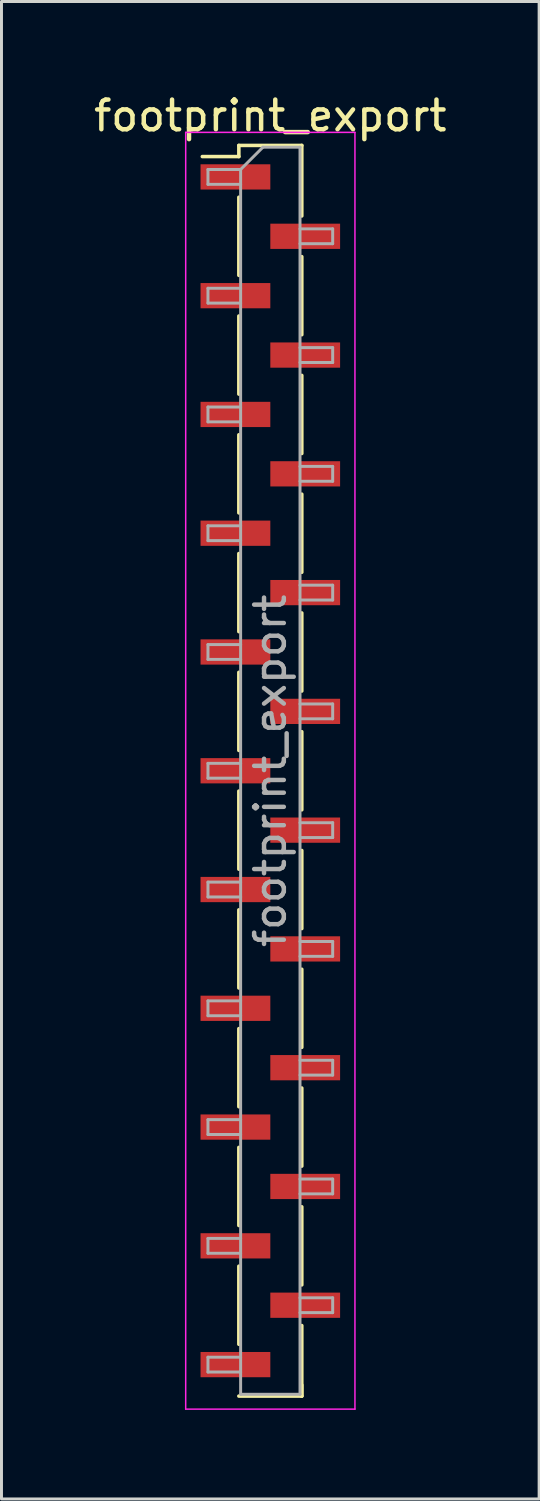
<source format=kicad_pcb>
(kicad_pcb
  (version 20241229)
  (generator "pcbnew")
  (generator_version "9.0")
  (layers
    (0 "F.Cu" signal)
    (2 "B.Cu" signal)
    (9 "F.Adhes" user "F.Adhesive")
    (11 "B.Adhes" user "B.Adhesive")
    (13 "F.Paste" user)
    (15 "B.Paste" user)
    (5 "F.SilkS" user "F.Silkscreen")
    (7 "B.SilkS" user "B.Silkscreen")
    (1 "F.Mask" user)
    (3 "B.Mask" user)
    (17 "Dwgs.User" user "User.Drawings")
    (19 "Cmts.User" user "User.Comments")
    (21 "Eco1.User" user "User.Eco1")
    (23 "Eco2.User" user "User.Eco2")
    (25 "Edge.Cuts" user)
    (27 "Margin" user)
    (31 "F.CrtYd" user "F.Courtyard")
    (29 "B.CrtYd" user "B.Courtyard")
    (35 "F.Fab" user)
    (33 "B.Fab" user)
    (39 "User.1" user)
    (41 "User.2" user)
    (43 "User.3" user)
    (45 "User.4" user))
  (footprint "footprint_export"
    (layer "F.Cu")
    (at 6.054 22.908)
    (property "Reference" "footprint_export" (at 0 -22.06 0) (layer "F.SilkS") (effects (font (size 1 1) (thickness 0.15))))
    (attr smd)
    (fp_line (start -1.06 -21.06) (end -1.06 -20.685) (stroke (width 0.12) (type solid)) (layer "F.SilkS"))
    (fp_line (start -1.06 -21.06) (end 1.06 -21.06) (stroke (width 0.12) (type solid)) (layer "F.SilkS"))
    (fp_line (start -1.06 -20.685) (end -2.29 -20.685) (stroke (width 0.12) (type solid)) (layer "F.SilkS"))
    (fp_line (start -1.06 -19.315) (end -1.06 -16.685) (stroke (width 0.12) (type solid)) (layer "F.SilkS"))
    (fp_line (start -1.06 -15.315) (end -1.06 -12.685) (stroke (width 0.12) (type solid)) (layer "F.SilkS"))
    (fp_line (start -1.06 -11.315) (end -1.06 -8.685) (stroke (width 0.12) (type solid)) (layer "F.SilkS"))
    (fp_line (start -1.06 -7.315) (end -1.06 -4.685) (stroke (width 0.12) (type solid)) (layer "F.SilkS"))
    (fp_line (start -1.06 -3.315) (end -1.06 -0.685) (stroke (width 0.12) (type solid)) (layer "F.SilkS"))
    (fp_line (start -1.06 0.685) (end -1.06 3.315) (stroke (width 0.12) (type solid)) (layer "F.SilkS"))
    (fp_line (start -1.06 4.685) (end -1.06 7.315) (stroke (width 0.12) (type solid)) (layer "F.SilkS"))
    (fp_line (start -1.06 8.685) (end -1.06 11.315) (stroke (width 0.12) (type solid)) (layer "F.SilkS"))
    (fp_line (start -1.06 12.685) (end -1.06 15.315) (stroke (width 0.12) (type solid)) (layer "F.SilkS"))
    (fp_line (start -1.06 16.685) (end -1.06 19.315) (stroke (width 0.12) (type solid)) (layer "F.SilkS"))
    (fp_line (start -1.06 21.06) (end 1.06 21.06) (stroke (width 0.12) (type solid)) (layer "F.SilkS"))
    (fp_line (start 1.06 -21.06) (end 1.06 -18.685) (stroke (width 0.12) (type solid)) (layer "F.SilkS"))
    (fp_line (start 1.06 -17.315) (end 1.06 -14.685) (stroke (width 0.12) (type solid)) (layer "F.SilkS"))
    (fp_line (start 1.06 -13.315) (end 1.06 -10.685) (stroke (width 0.12) (type solid)) (layer "F.SilkS"))
    (fp_line (start 1.06 -9.315) (end 1.06 -6.685) (stroke (width 0.12) (type solid)) (layer "F.SilkS"))
    (fp_line (start 1.06 -5.315) (end 1.06 -2.685) (stroke (width 0.12) (type solid)) (layer "F.SilkS"))
    (fp_line (start 1.06 -1.315) (end 1.06 1.315) (stroke (width 0.12) (type solid)) (layer "F.SilkS"))
    (fp_line (start 1.06 2.685) (end 1.06 5.315) (stroke (width 0.12) (type solid)) (layer "F.SilkS"))
    (fp_line (start 1.06 6.685) (end 1.06 9.315) (stroke (width 0.12) (type solid)) (layer "F.SilkS"))
    (fp_line (start 1.06 10.685) (end 1.06 13.315) (stroke (width 0.12) (type solid)) (layer "F.SilkS"))
    (fp_line (start 1.06 14.685) (end 1.06 17.315) (stroke (width 0.12) (type solid)) (layer "F.SilkS"))
    (fp_line (start 1.06 18.685) (end 1.06 21.06) (stroke (width 0.12) (type solid)) (layer "F.SilkS"))
    (fp_line (start 1.06 20.685) (end 1.06 21.06) (stroke (width 0.12) (type solid)) (layer "F.SilkS"))
    (fp_line (start -2.85 -21.5) (end -2.85 21.5) (stroke (width 0.05) (type solid)) (layer "F.CrtYd"))
    (fp_line (start -2.85 21.5) (end 2.85 21.5) (stroke (width 0.05) (type solid)) (layer "F.CrtYd"))
    (fp_line (start 2.85 -21.5) (end -2.85 -21.5) (stroke (width 0.05) (type solid)) (layer "F.CrtYd"))
    (fp_line (start 2.85 21.5) (end 2.85 -21.5) (stroke (width 0.05) (type solid)) (layer "F.CrtYd"))
    (fp_line (start -2.1 -20.25) (end -2.1 -19.75) (stroke (width 0.1) (type solid)) (layer "F.Fab"))
    (fp_line (start -2.1 -19.75) (end -1 -19.75) (stroke (width 0.1) (type solid)) (layer "F.Fab"))
    (fp_line (start -2.1 -16.25) (end -2.1 -15.75) (stroke (width 0.1) (type solid)) (layer "F.Fab"))
    (fp_line (start -2.1 -15.75) (end -1 -15.75) (stroke (width 0.1) (type solid)) (layer "F.Fab"))
    (fp_line (start -2.1 -12.25) (end -2.1 -11.75) (stroke (width 0.1) (type solid)) (layer "F.Fab"))
    (fp_line (start -2.1 -11.75) (end -1 -11.75) (stroke (width 0.1) (type solid)) (layer "F.Fab"))
    (fp_line (start -2.1 -8.25) (end -2.1 -7.75) (stroke (width 0.1) (type solid)) (layer "F.Fab"))
    (fp_line (start -2.1 -7.75) (end -1 -7.75) (stroke (width 0.1) (type solid)) (layer "F.Fab"))
    (fp_line (start -2.1 -4.25) (end -2.1 -3.75) (stroke (width 0.1) (type solid)) (layer "F.Fab"))
    (fp_line (start -2.1 -3.75) (end -1 -3.75) (stroke (width 0.1) (type solid)) (layer "F.Fab"))
    (fp_line (start -2.1 -0.25) (end -2.1 0.25) (stroke (width 0.1) (type solid)) (layer "F.Fab"))
    (fp_line (start -2.1 0.25) (end -1 0.25) (stroke (width 0.1) (type solid)) (layer "F.Fab"))
    (fp_line (start -2.1 3.75) (end -2.1 4.25) (stroke (width 0.1) (type solid)) (layer "F.Fab"))
    (fp_line (start -2.1 4.25) (end -1 4.25) (stroke (width 0.1) (type solid)) (layer "F.Fab"))
    (fp_line (start -2.1 7.75) (end -2.1 8.25) (stroke (width 0.1) (type solid)) (layer "F.Fab"))
    (fp_line (start -2.1 8.25) (end -1 8.25) (stroke (width 0.1) (type solid)) (layer "F.Fab"))
    (fp_line (start -2.1 11.75) (end -2.1 12.25) (stroke (width 0.1) (type solid)) (layer "F.Fab"))
    (fp_line (start -2.1 12.25) (end -1 12.25) (stroke (width 0.1) (type solid)) (layer "F.Fab"))
    (fp_line (start -2.1 15.75) (end -2.1 16.25) (stroke (width 0.1) (type solid)) (layer "F.Fab"))
    (fp_line (start -2.1 16.25) (end -1 16.25) (stroke (width 0.1) (type solid)) (layer "F.Fab"))
    (fp_line (start -2.1 19.75) (end -2.1 20.25) (stroke (width 0.1) (type solid)) (layer "F.Fab"))
    (fp_line (start -2.1 20.25) (end -1 20.25) (stroke (width 0.1) (type solid)) (layer "F.Fab"))
    (fp_line (start -1 -20.25) (end -2.1 -20.25) (stroke (width 0.1) (type solid)) (layer "F.Fab"))
    (fp_line (start -1 -20.25) (end -0.25 -21) (stroke (width 0.1) (type solid)) (layer "F.Fab"))
    (fp_line (start -1 -16.25) (end -2.1 -16.25) (stroke (width 0.1) (type solid)) (layer "F.Fab"))
    (fp_line (start -1 -12.25) (end -2.1 -12.25) (stroke (width 0.1) (type solid)) (layer "F.Fab"))
    (fp_line (start -1 -8.25) (end -2.1 -8.25) (stroke (width 0.1) (type solid)) (layer "F.Fab"))
    (fp_line (start -1 -4.25) (end -2.1 -4.25) (stroke (width 0.1) (type solid)) (layer "F.Fab"))
    (fp_line (start -1 -0.25) (end -2.1 -0.25) (stroke (width 0.1) (type solid)) (layer "F.Fab"))
    (fp_line (start -1 3.75) (end -2.1 3.75) (stroke (width 0.1) (type solid)) (layer "F.Fab"))
    (fp_line (start -1 7.75) (end -2.1 7.75) (stroke (width 0.1) (type solid)) (layer "F.Fab"))
    (fp_line (start -1 11.75) (end -2.1 11.75) (stroke (width 0.1) (type solid)) (layer "F.Fab"))
    (fp_line (start -1 15.75) (end -2.1 15.75) (stroke (width 0.1) (type solid)) (layer "F.Fab"))
    (fp_line (start -1 19.75) (end -2.1 19.75) (stroke (width 0.1) (type solid)) (layer "F.Fab"))
    (fp_line (start -1 21) (end -1 -20.25) (stroke (width 0.1) (type solid)) (layer "F.Fab"))
    (fp_line (start -0.25 -21) (end 1 -21) (stroke (width 0.1) (type solid)) (layer "F.Fab"))
    (fp_line (start 1 -21) (end 1 21) (stroke (width 0.1) (type solid)) (layer "F.Fab"))
    (fp_line (start 1 -18.25) (end 2.1 -18.25) (stroke (width 0.1) (type solid)) (layer "F.Fab"))
    (fp_line (start 1 -14.25) (end 2.1 -14.25) (stroke (width 0.1) (type solid)) (layer "F.Fab"))
    (fp_line (start 1 -10.25) (end 2.1 -10.25) (stroke (width 0.1) (type solid)) (layer "F.Fab"))
    (fp_line (start 1 -6.25) (end 2.1 -6.25) (stroke (width 0.1) (type solid)) (layer "F.Fab"))
    (fp_line (start 1 -2.25) (end 2.1 -2.25) (stroke (width 0.1) (type solid)) (layer "F.Fab"))
    (fp_line (start 1 1.75) (end 2.1 1.75) (stroke (width 0.1) (type solid)) (layer "F.Fab"))
    (fp_line (start 1 5.75) (end 2.1 5.75) (stroke (width 0.1) (type solid)) (layer "F.Fab"))
    (fp_line (start 1 9.75) (end 2.1 9.75) (stroke (width 0.1) (type solid)) (layer "F.Fab"))
    (fp_line (start 1 13.75) (end 2.1 13.75) (stroke (width 0.1) (type solid)) (layer "F.Fab"))
    (fp_line (start 1 17.75) (end 2.1 17.75) (stroke (width 0.1) (type solid)) (layer "F.Fab"))
    (fp_line (start 1 21) (end -1 21) (stroke (width 0.1) (type solid)) (layer "F.Fab"))
    (fp_line (start 2.1 -18.25) (end 2.1 -17.75) (stroke (width 0.1) (type solid)) (layer "F.Fab"))
    (fp_line (start 2.1 -17.75) (end 1 -17.75) (stroke (width 0.1) (type solid)) (layer "F.Fab"))
    (fp_line (start 2.1 -14.25) (end 2.1 -13.75) (stroke (width 0.1) (type solid)) (layer "F.Fab"))
    (fp_line (start 2.1 -13.75) (end 1 -13.75) (stroke (width 0.1) (type solid)) (layer "F.Fab"))
    (fp_line (start 2.1 -10.25) (end 2.1 -9.75) (stroke (width 0.1) (type solid)) (layer "F.Fab"))
    (fp_line (start 2.1 -9.75) (end 1 -9.75) (stroke (width 0.1) (type solid)) (layer "F.Fab"))
    (fp_line (start 2.1 -6.25) (end 2.1 -5.75) (stroke (width 0.1) (type solid)) (layer "F.Fab"))
    (fp_line (start 2.1 -5.75) (end 1 -5.75) (stroke (width 0.1) (type solid)) (layer "F.Fab"))
    (fp_line (start 2.1 -2.25) (end 2.1 -1.75) (stroke (width 0.1) (type solid)) (layer "F.Fab"))
    (fp_line (start 2.1 -1.75) (end 1 -1.75) (stroke (width 0.1) (type solid)) (layer "F.Fab"))
    (fp_line (start 2.1 1.75) (end 2.1 2.25) (stroke (width 0.1) (type solid)) (layer "F.Fab"))
    (fp_line (start 2.1 2.25) (end 1 2.25) (stroke (width 0.1) (type solid)) (layer "F.Fab"))
    (fp_line (start 2.1 5.75) (end 2.1 6.25) (stroke (width 0.1) (type solid)) (layer "F.Fab"))
    (fp_line (start 2.1 6.25) (end 1 6.25) (stroke (width 0.1) (type solid)) (layer "F.Fab"))
    (fp_line (start 2.1 9.75) (end 2.1 10.25) (stroke (width 0.1) (type solid)) (layer "F.Fab"))
    (fp_line (start 2.1 10.25) (end 1 10.25) (stroke (width 0.1) (type solid)) (layer "F.Fab"))
    (fp_line (start 2.1 13.75) (end 2.1 14.25) (stroke (width 0.1) (type solid)) (layer "F.Fab"))
    (fp_line (start 2.1 14.25) (end 1 14.25) (stroke (width 0.1) (type solid)) (layer "F.Fab"))
    (fp_line (start 2.1 17.75) (end 2.1 18.25) (stroke (width 0.1) (type solid)) (layer "F.Fab"))
    (fp_line (start 2.1 18.25) (end 1 18.25) (stroke (width 0.1) (type solid)) (layer "F.Fab"))
    (fp_text user "${REFERENCE}" (at 0 0 90) (layer "F.Fab") (effects (font (size 1 1) (thickness 0.15))))
    (pad "1" smd rect (at -1.175 -20) (size 2.35 0.85) (layers "F.Cu" "F.Mask" "F.Paste"))
    (pad "2" smd rect (at 1.175 -18) (size 2.35 0.85) (layers "F.Cu" "F.Mask" "F.Paste"))
    (pad "3" smd rect (at -1.175 -16) (size 2.35 0.85) (layers "F.Cu" "F.Mask" "F.Paste"))
    (pad "4" smd rect (at 1.175 -14) (size 2.35 0.85) (layers "F.Cu" "F.Mask" "F.Paste"))
    (pad "5" smd rect (at -1.175 -12) (size 2.35 0.85) (layers "F.Cu" "F.Mask" "F.Paste"))
    (pad "6" smd rect (at 1.175 -10) (size 2.35 0.85) (layers "F.Cu" "F.Mask" "F.Paste"))
    (pad "7" smd rect (at -1.175 -8) (size 2.35 0.85) (layers "F.Cu" "F.Mask" "F.Paste"))
    (pad "8" smd rect (at 1.175 -6) (size 2.35 0.85) (layers "F.Cu" "F.Mask" "F.Paste"))
    (pad "9" smd rect (at -1.175 -4) (size 2.35 0.85) (layers "F.Cu" "F.Mask" "F.Paste"))
    (pad "10" smd rect (at 1.175 -2) (size 2.35 0.85) (layers "F.Cu" "F.Mask" "F.Paste"))
    (pad "11" smd rect (at -1.175 0) (size 2.35 0.85) (layers "F.Cu" "F.Mask" "F.Paste"))
    (pad "12" smd rect (at 1.175 2) (size 2.35 0.85) (layers "F.Cu" "F.Mask" "F.Paste"))
    (pad "13" smd rect (at -1.175 4) (size 2.35 0.85) (layers "F.Cu" "F.Mask" "F.Paste"))
    (pad "14" smd rect (at 1.175 6) (size 2.35 0.85) (layers "F.Cu" "F.Mask" "F.Paste"))
    (pad "15" smd rect (at -1.175 8) (size 2.35 0.85) (layers "F.Cu" "F.Mask" "F.Paste"))
    (pad "16" smd rect (at 1.175 10) (size 2.35 0.85) (layers "F.Cu" "F.Mask" "F.Paste"))
    (pad "17" smd rect (at -1.175 12) (size 2.35 0.85) (layers "F.Cu" "F.Mask" "F.Paste"))
    (pad "18" smd rect (at 1.175 14) (size 2.35 0.85) (layers "F.Cu" "F.Mask" "F.Paste"))
    (pad "19" smd rect (at -1.175 16) (size 2.35 0.85) (layers "F.Cu" "F.Mask" "F.Paste"))
    (pad "20" smd rect (at 1.175 18) (size 2.35 0.85) (layers "F.Cu" "F.Mask" "F.Paste"))
    (pad "21" smd rect (at -1.175 20) (size 2.35 0.85) (layers "F.Cu" "F.Mask" "F.Paste")))
  (gr_rect
    (start -3 -3)
    (end 15.107 47.433)
    (stroke (width 0.1) (type default))
    (fill no)
    (layer "Edge.Cuts")))
</source>
